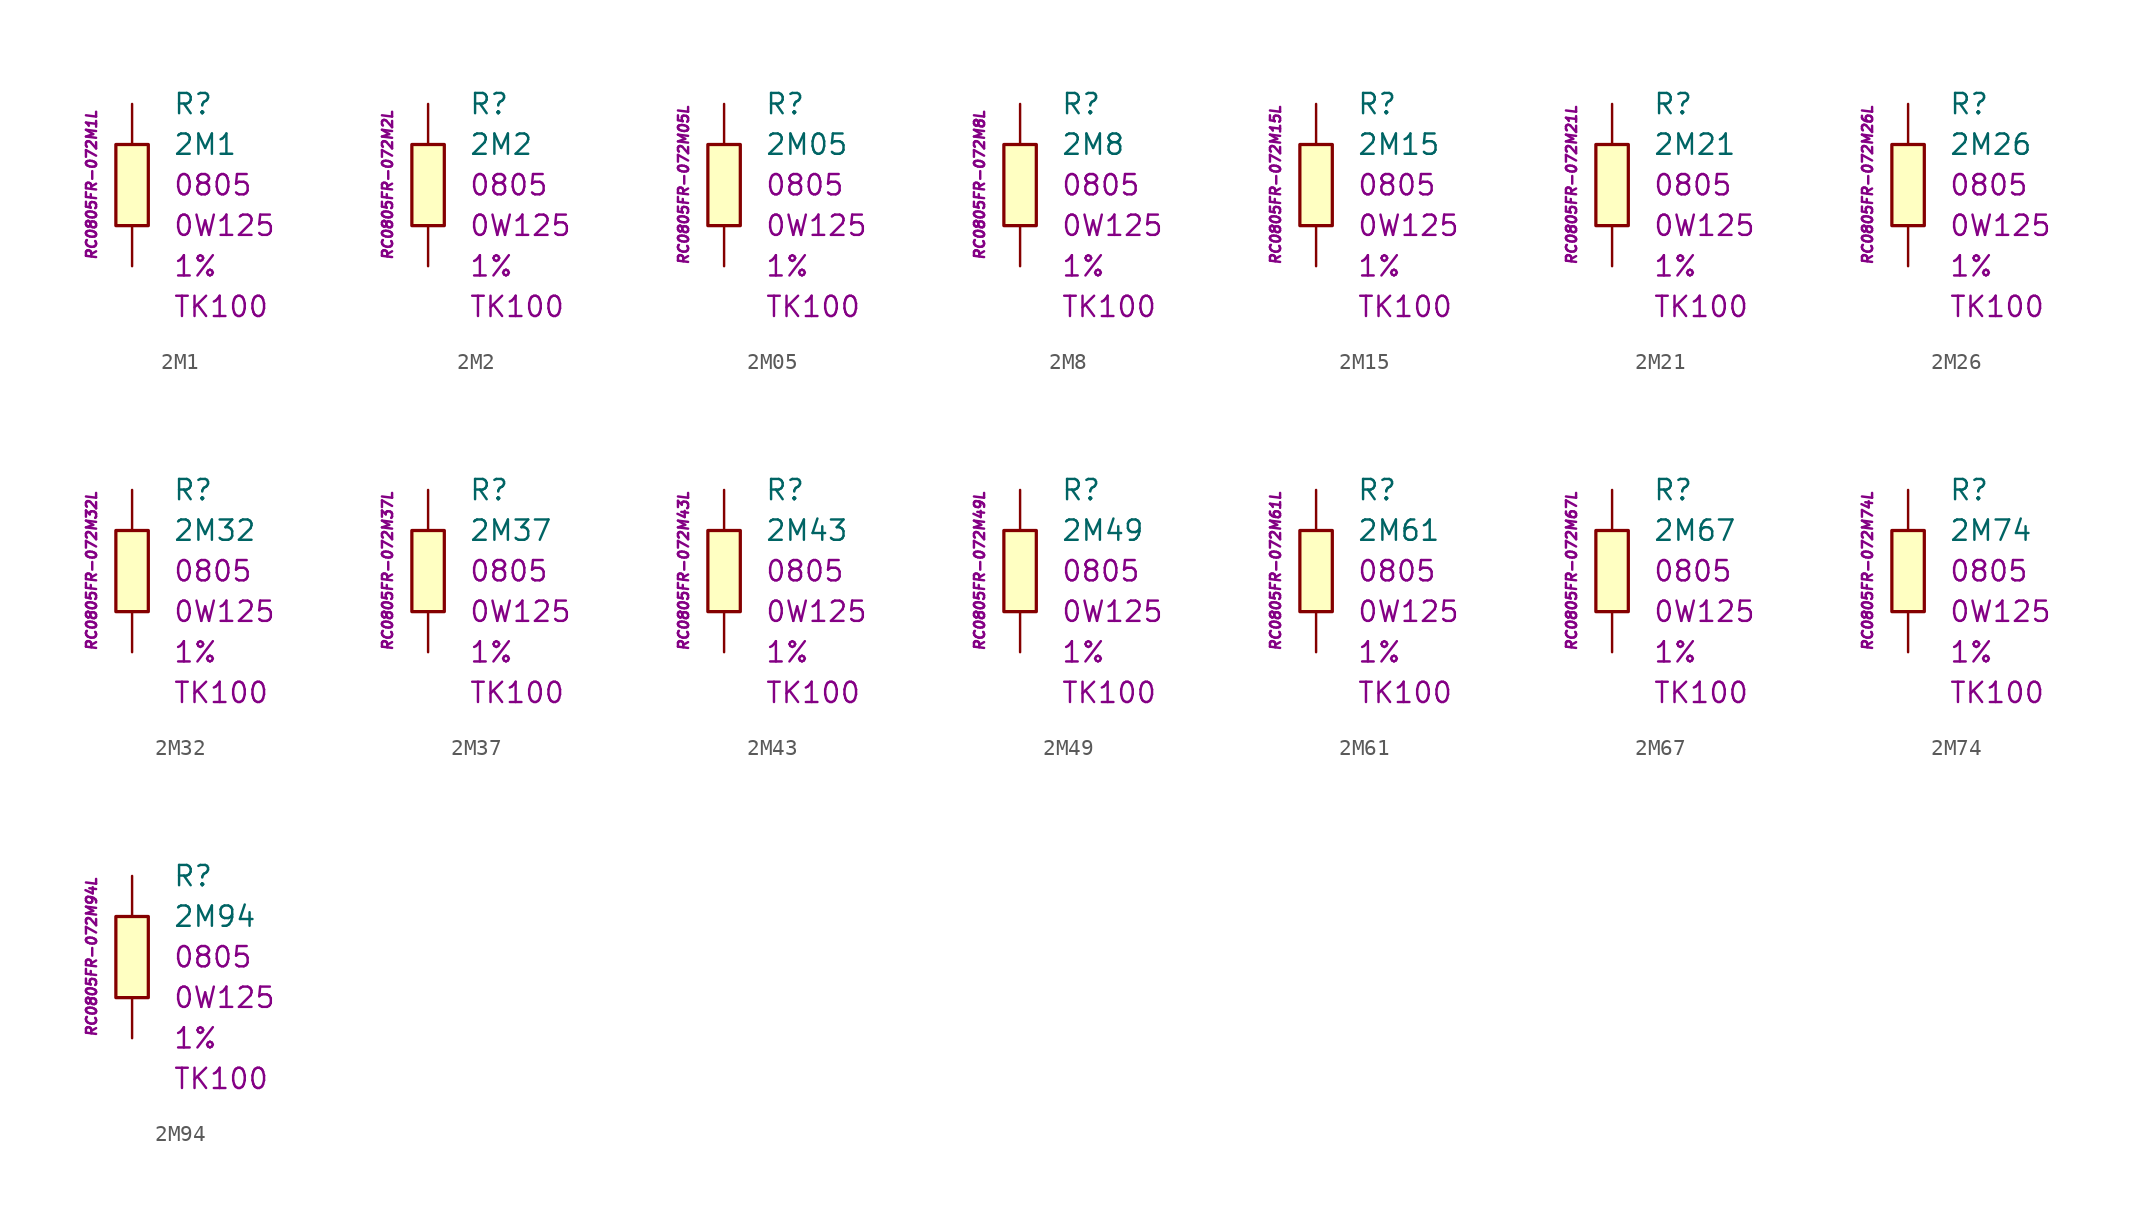
<source format=kicad_sym>
(kicad_symbol_lib
  (version 20201005)
  (generator kicad_symbol_editor)
  (symbol "2M1"
    (pin_numbers hide)
    (pin_names
      (offset 1.016) hide)
    (property "Reference" "R"
      (at 2.54 5.08 0)
      (effects (font (size 1.27 1.27)) (justify left)))
    (property "Value" "2M1"
      (at 2.54 2.54 0)
      (effects (font (size 1.27 1.27)) (justify left)))
    (property "Package" "0805"
      (at 2.54 0 0)
      (effects (font (size 1.27 1.27)) (justify left)))
    (property "Power" "0W125"
      (at 2.54 -2.54 0)
      (effects (font (size 1.27 1.27)) (justify left)))
    (property "Tolerance" "1%"
      (at 2.54 -5.08 0)
      (effects (font (size 1.27 1.27)) (justify left)))
    (property "TK" "TK100"
      (at 2.54 -7.62 0)
      (effects (font (size 1.27 1.27)) (justify left)))
    (property "ID" "RC0805FR-072M1L"
      (at -2.54 0 90)
      (effects (font (size 0.635 0.635) italic)))
    (symbol "2M1_0_1"
      (rectangle (start -1.016 2.54) (end 1.016 -2.54) (stroke (width 0.203)) (fill (type background))))
    (symbol "2M1_1_1"
      (pin passive line (at 0 5.08 270) (length 2.54) (name "~" (effects (font (size 1.778 1.778)))) (number "1" (effects (font (size 1.778 1.778)))))
      (pin passive line (at 0 -5.08 90) (length 2.54) (name "~" (effects (font (size 1.778 1.778)))) (number "2" (effects (font (size 1.778 1.778)))))))
  (symbol "2M2"
    (pin_numbers hide)
    (pin_names
      (offset 1.016) hide)
    (property "Reference" "R"
      (at 2.54 5.08 0)
      (effects (font (size 1.27 1.27)) (justify left)))
    (property "Value" "2M2"
      (at 2.54 2.54 0)
      (effects (font (size 1.27 1.27)) (justify left)))
    (property "Package" "0805"
      (at 2.54 0 0)
      (effects (font (size 1.27 1.27)) (justify left)))
    (property "Power" "0W125"
      (at 2.54 -2.54 0)
      (effects (font (size 1.27 1.27)) (justify left)))
    (property "Tolerance" "1%"
      (at 2.54 -5.08 0)
      (effects (font (size 1.27 1.27)) (justify left)))
    (property "TK" "TK100"
      (at 2.54 -7.62 0)
      (effects (font (size 1.27 1.27)) (justify left)))
    (property "ID" "RC0805FR-072M2L"
      (at -2.54 0 90)
      (effects (font (size 0.635 0.635) italic)))
    (symbol "2M2_0_1"
      (rectangle (start -1.016 2.54) (end 1.016 -2.54) (stroke (width 0.203)) (fill (type background))))
    (symbol "2M2_1_1"
      (pin passive line (at 0 5.08 270) (length 2.54) (name "~" (effects (font (size 1.778 1.778)))) (number "1" (effects (font (size 1.778 1.778)))))
      (pin passive line (at 0 -5.08 90) (length 2.54) (name "~" (effects (font (size 1.778 1.778)))) (number "2" (effects (font (size 1.778 1.778)))))))
  (symbol "2M05"
    (pin_numbers hide)
    (pin_names
      (offset 1.016) hide)
    (property "Reference" "R"
      (at 2.54 5.08 0)
      (effects (font (size 1.27 1.27)) (justify left)))
    (property "Value" "2M05"
      (at 2.54 2.54 0)
      (effects (font (size 1.27 1.27)) (justify left)))
    (property "Package" "0805"
      (at 2.54 0 0)
      (effects (font (size 1.27 1.27)) (justify left)))
    (property "Power" "0W125"
      (at 2.54 -2.54 0)
      (effects (font (size 1.27 1.27)) (justify left)))
    (property "Tolerance" "1%"
      (at 2.54 -5.08 0)
      (effects (font (size 1.27 1.27)) (justify left)))
    (property "TK" "TK100"
      (at 2.54 -7.62 0)
      (effects (font (size 1.27 1.27)) (justify left)))
    (property "ID" "RC0805FR-072M05L"
      (at -2.54 0 90)
      (effects (font (size 0.635 0.635) italic)))
    (symbol "2M05_0_1"
      (rectangle (start -1.016 2.54) (end 1.016 -2.54) (stroke (width 0.203)) (fill (type background))))
    (symbol "2M05_1_1"
      (pin passive line (at 0 5.08 270) (length 2.54) (name "~" (effects (font (size 1.778 1.778)))) (number "1" (effects (font (size 1.778 1.778)))))
      (pin passive line (at 0 -5.08 90) (length 2.54) (name "~" (effects (font (size 1.778 1.778)))) (number "2" (effects (font (size 1.778 1.778)))))))
  (symbol "2M8"
    (pin_numbers hide)
    (pin_names
      (offset 1.016) hide)
    (property "Reference" "R"
      (at 2.54 5.08 0)
      (effects (font (size 1.27 1.27)) (justify left)))
    (property "Value" "2M8"
      (at 2.54 2.54 0)
      (effects (font (size 1.27 1.27)) (justify left)))
    (property "Package" "0805"
      (at 2.54 0 0)
      (effects (font (size 1.27 1.27)) (justify left)))
    (property "Power" "0W125"
      (at 2.54 -2.54 0)
      (effects (font (size 1.27 1.27)) (justify left)))
    (property "Tolerance" "1%"
      (at 2.54 -5.08 0)
      (effects (font (size 1.27 1.27)) (justify left)))
    (property "TK" "TK100"
      (at 2.54 -7.62 0)
      (effects (font (size 1.27 1.27)) (justify left)))
    (property "ID" "RC0805FR-072M8L"
      (at -2.54 0 90)
      (effects (font (size 0.635 0.635) italic)))
    (symbol "2M8_0_1"
      (rectangle (start -1.016 2.54) (end 1.016 -2.54) (stroke (width 0.203)) (fill (type background))))
    (symbol "2M8_1_1"
      (pin passive line (at 0 5.08 270) (length 2.54) (name "~" (effects (font (size 1.778 1.778)))) (number "1" (effects (font (size 1.778 1.778)))))
      (pin passive line (at 0 -5.08 90) (length 2.54) (name "~" (effects (font (size 1.778 1.778)))) (number "2" (effects (font (size 1.778 1.778)))))))
  (symbol "2M15"
    (pin_numbers hide)
    (pin_names
      (offset 1.016) hide)
    (property "Reference" "R"
      (at 2.54 5.08 0)
      (effects (font (size 1.27 1.27)) (justify left)))
    (property "Value" "2M15"
      (at 2.54 2.54 0)
      (effects (font (size 1.27 1.27)) (justify left)))
    (property "Package" "0805"
      (at 2.54 0 0)
      (effects (font (size 1.27 1.27)) (justify left)))
    (property "Power" "0W125"
      (at 2.54 -2.54 0)
      (effects (font (size 1.27 1.27)) (justify left)))
    (property "Tolerance" "1%"
      (at 2.54 -5.08 0)
      (effects (font (size 1.27 1.27)) (justify left)))
    (property "TK" "TK100"
      (at 2.54 -7.62 0)
      (effects (font (size 1.27 1.27)) (justify left)))
    (property "ID" "RC0805FR-072M15L"
      (at -2.54 0 90)
      (effects (font (size 0.635 0.635) italic)))
    (symbol "2M15_0_1"
      (rectangle (start -1.016 2.54) (end 1.016 -2.54) (stroke (width 0.203)) (fill (type background))))
    (symbol "2M15_1_1"
      (pin passive line (at 0 5.08 270) (length 2.54) (name "~" (effects (font (size 1.778 1.778)))) (number "1" (effects (font (size 1.778 1.778)))))
      (pin passive line (at 0 -5.08 90) (length 2.54) (name "~" (effects (font (size 1.778 1.778)))) (number "2" (effects (font (size 1.778 1.778)))))))
  (symbol "2M21"
    (pin_numbers hide)
    (pin_names
      (offset 1.016) hide)
    (property "Reference" "R"
      (at 2.54 5.08 0)
      (effects (font (size 1.27 1.27)) (justify left)))
    (property "Value" "2M21"
      (at 2.54 2.54 0)
      (effects (font (size 1.27 1.27)) (justify left)))
    (property "Package" "0805"
      (at 2.54 0 0)
      (effects (font (size 1.27 1.27)) (justify left)))
    (property "Power" "0W125"
      (at 2.54 -2.54 0)
      (effects (font (size 1.27 1.27)) (justify left)))
    (property "Tolerance" "1%"
      (at 2.54 -5.08 0)
      (effects (font (size 1.27 1.27)) (justify left)))
    (property "TK" "TK100"
      (at 2.54 -7.62 0)
      (effects (font (size 1.27 1.27)) (justify left)))
    (property "ID" "RC0805FR-072M21L"
      (at -2.54 0 90)
      (effects (font (size 0.635 0.635) italic)))
    (symbol "2M21_0_1"
      (rectangle (start -1.016 2.54) (end 1.016 -2.54) (stroke (width 0.203)) (fill (type background))))
    (symbol "2M21_1_1"
      (pin passive line (at 0 5.08 270) (length 2.54) (name "~" (effects (font (size 1.778 1.778)))) (number "1" (effects (font (size 1.778 1.778)))))
      (pin passive line (at 0 -5.08 90) (length 2.54) (name "~" (effects (font (size 1.778 1.778)))) (number "2" (effects (font (size 1.778 1.778)))))))
  (symbol "2M26"
    (pin_numbers hide)
    (pin_names
      (offset 1.016) hide)
    (property "Reference" "R"
      (at 2.54 5.08 0)
      (effects (font (size 1.27 1.27)) (justify left)))
    (property "Value" "2M26"
      (at 2.54 2.54 0)
      (effects (font (size 1.27 1.27)) (justify left)))
    (property "Package" "0805"
      (at 2.54 0 0)
      (effects (font (size 1.27 1.27)) (justify left)))
    (property "Power" "0W125"
      (at 2.54 -2.54 0)
      (effects (font (size 1.27 1.27)) (justify left)))
    (property "Tolerance" "1%"
      (at 2.54 -5.08 0)
      (effects (font (size 1.27 1.27)) (justify left)))
    (property "TK" "TK100"
      (at 2.54 -7.62 0)
      (effects (font (size 1.27 1.27)) (justify left)))
    (property "ID" "RC0805FR-072M26L"
      (at -2.54 0 90)
      (effects (font (size 0.635 0.635) italic)))
    (symbol "2M26_0_1"
      (rectangle (start -1.016 2.54) (end 1.016 -2.54) (stroke (width 0.203)) (fill (type background))))
    (symbol "2M26_1_1"
      (pin passive line (at 0 5.08 270) (length 2.54) (name "~" (effects (font (size 1.778 1.778)))) (number "1" (effects (font (size 1.778 1.778)))))
      (pin passive line (at 0 -5.08 90) (length 2.54) (name "~" (effects (font (size 1.778 1.778)))) (number "2" (effects (font (size 1.778 1.778)))))))
  (symbol "2M32"
    (pin_numbers hide)
    (pin_names
      (offset 1.016) hide)
    (property "Reference" "R"
      (at 2.54 5.08 0)
      (effects (font (size 1.27 1.27)) (justify left)))
    (property "Value" "2M32"
      (at 2.54 2.54 0)
      (effects (font (size 1.27 1.27)) (justify left)))
    (property "Package" "0805"
      (at 2.54 0 0)
      (effects (font (size 1.27 1.27)) (justify left)))
    (property "Power" "0W125"
      (at 2.54 -2.54 0)
      (effects (font (size 1.27 1.27)) (justify left)))
    (property "Tolerance" "1%"
      (at 2.54 -5.08 0)
      (effects (font (size 1.27 1.27)) (justify left)))
    (property "TK" "TK100"
      (at 2.54 -7.62 0)
      (effects (font (size 1.27 1.27)) (justify left)))
    (property "ID" "RC0805FR-072M32L"
      (at -2.54 0 90)
      (effects (font (size 0.635 0.635) italic)))
    (symbol "2M32_0_1"
      (rectangle (start -1.016 2.54) (end 1.016 -2.54) (stroke (width 0.203)) (fill (type background))))
    (symbol "2M32_1_1"
      (pin passive line (at 0 5.08 270) (length 2.54) (name "~" (effects (font (size 1.778 1.778)))) (number "1" (effects (font (size 1.778 1.778)))))
      (pin passive line (at 0 -5.08 90) (length 2.54) (name "~" (effects (font (size 1.778 1.778)))) (number "2" (effects (font (size 1.778 1.778)))))))
  (symbol "2M37"
    (pin_numbers hide)
    (pin_names
      (offset 1.016) hide)
    (property "Reference" "R"
      (at 2.54 5.08 0)
      (effects (font (size 1.27 1.27)) (justify left)))
    (property "Value" "2M37"
      (at 2.54 2.54 0)
      (effects (font (size 1.27 1.27)) (justify left)))
    (property "Package" "0805"
      (at 2.54 0 0)
      (effects (font (size 1.27 1.27)) (justify left)))
    (property "Power" "0W125"
      (at 2.54 -2.54 0)
      (effects (font (size 1.27 1.27)) (justify left)))
    (property "Tolerance" "1%"
      (at 2.54 -5.08 0)
      (effects (font (size 1.27 1.27)) (justify left)))
    (property "TK" "TK100"
      (at 2.54 -7.62 0)
      (effects (font (size 1.27 1.27)) (justify left)))
    (property "ID" "RC0805FR-072M37L"
      (at -2.54 0 90)
      (effects (font (size 0.635 0.635) italic)))
    (symbol "2M37_0_1"
      (rectangle (start -1.016 2.54) (end 1.016 -2.54) (stroke (width 0.203)) (fill (type background))))
    (symbol "2M37_1_1"
      (pin passive line (at 0 5.08 270) (length 2.54) (name "~" (effects (font (size 1.778 1.778)))) (number "1" (effects (font (size 1.778 1.778)))))
      (pin passive line (at 0 -5.08 90) (length 2.54) (name "~" (effects (font (size 1.778 1.778)))) (number "2" (effects (font (size 1.778 1.778)))))))
  (symbol "2M43"
    (pin_numbers hide)
    (pin_names
      (offset 1.016) hide)
    (property "Reference" "R"
      (at 2.54 5.08 0)
      (effects (font (size 1.27 1.27)) (justify left)))
    (property "Value" "2M43"
      (at 2.54 2.54 0)
      (effects (font (size 1.27 1.27)) (justify left)))
    (property "Package" "0805"
      (at 2.54 0 0)
      (effects (font (size 1.27 1.27)) (justify left)))
    (property "Power" "0W125"
      (at 2.54 -2.54 0)
      (effects (font (size 1.27 1.27)) (justify left)))
    (property "Tolerance" "1%"
      (at 2.54 -5.08 0)
      (effects (font (size 1.27 1.27)) (justify left)))
    (property "TK" "TK100"
      (at 2.54 -7.62 0)
      (effects (font (size 1.27 1.27)) (justify left)))
    (property "ID" "RC0805FR-072M43L"
      (at -2.54 0 90)
      (effects (font (size 0.635 0.635) italic)))
    (symbol "2M43_0_1"
      (rectangle (start -1.016 2.54) (end 1.016 -2.54) (stroke (width 0.203)) (fill (type background))))
    (symbol "2M43_1_1"
      (pin passive line (at 0 5.08 270) (length 2.54) (name "~" (effects (font (size 1.778 1.778)))) (number "1" (effects (font (size 1.778 1.778)))))
      (pin passive line (at 0 -5.08 90) (length 2.54) (name "~" (effects (font (size 1.778 1.778)))) (number "2" (effects (font (size 1.778 1.778)))))))
  (symbol "2M49"
    (pin_numbers hide)
    (pin_names
      (offset 1.016) hide)
    (property "Reference" "R"
      (at 2.54 5.08 0)
      (effects (font (size 1.27 1.27)) (justify left)))
    (property "Value" "2M49"
      (at 2.54 2.54 0)
      (effects (font (size 1.27 1.27)) (justify left)))
    (property "Package" "0805"
      (at 2.54 0 0)
      (effects (font (size 1.27 1.27)) (justify left)))
    (property "Power" "0W125"
      (at 2.54 -2.54 0)
      (effects (font (size 1.27 1.27)) (justify left)))
    (property "Tolerance" "1%"
      (at 2.54 -5.08 0)
      (effects (font (size 1.27 1.27)) (justify left)))
    (property "TK" "TK100"
      (at 2.54 -7.62 0)
      (effects (font (size 1.27 1.27)) (justify left)))
    (property "ID" "RC0805FR-072M49L"
      (at -2.54 0 90)
      (effects (font (size 0.635 0.635) italic)))
    (symbol "2M49_0_1"
      (rectangle (start -1.016 2.54) (end 1.016 -2.54) (stroke (width 0.203)) (fill (type background))))
    (symbol "2M49_1_1"
      (pin passive line (at 0 5.08 270) (length 2.54) (name "~" (effects (font (size 1.778 1.778)))) (number "1" (effects (font (size 1.778 1.778)))))
      (pin passive line (at 0 -5.08 90) (length 2.54) (name "~" (effects (font (size 1.778 1.778)))) (number "2" (effects (font (size 1.778 1.778)))))))
  (symbol "2M61"
    (pin_numbers hide)
    (pin_names
      (offset 1.016) hide)
    (property "Reference" "R"
      (at 2.54 5.08 0)
      (effects (font (size 1.27 1.27)) (justify left)))
    (property "Value" "2M61"
      (at 2.54 2.54 0)
      (effects (font (size 1.27 1.27)) (justify left)))
    (property "Package" "0805"
      (at 2.54 0 0)
      (effects (font (size 1.27 1.27)) (justify left)))
    (property "Power" "0W125"
      (at 2.54 -2.54 0)
      (effects (font (size 1.27 1.27)) (justify left)))
    (property "Tolerance" "1%"
      (at 2.54 -5.08 0)
      (effects (font (size 1.27 1.27)) (justify left)))
    (property "TK" "TK100"
      (at 2.54 -7.62 0)
      (effects (font (size 1.27 1.27)) (justify left)))
    (property "ID" "RC0805FR-072M61L"
      (at -2.54 0 90)
      (effects (font (size 0.635 0.635) italic)))
    (symbol "2M61_0_1"
      (rectangle (start -1.016 2.54) (end 1.016 -2.54) (stroke (width 0.203)) (fill (type background))))
    (symbol "2M61_1_1"
      (pin passive line (at 0 5.08 270) (length 2.54) (name "~" (effects (font (size 1.778 1.778)))) (number "1" (effects (font (size 1.778 1.778)))))
      (pin passive line (at 0 -5.08 90) (length 2.54) (name "~" (effects (font (size 1.778 1.778)))) (number "2" (effects (font (size 1.778 1.778)))))))
  (symbol "2M67"
    (pin_numbers hide)
    (pin_names
      (offset 1.016) hide)
    (property "Reference" "R"
      (at 2.54 5.08 0)
      (effects (font (size 1.27 1.27)) (justify left)))
    (property "Value" "2M67"
      (at 2.54 2.54 0)
      (effects (font (size 1.27 1.27)) (justify left)))
    (property "Package" "0805"
      (at 2.54 0 0)
      (effects (font (size 1.27 1.27)) (justify left)))
    (property "Power" "0W125"
      (at 2.54 -2.54 0)
      (effects (font (size 1.27 1.27)) (justify left)))
    (property "Tolerance" "1%"
      (at 2.54 -5.08 0)
      (effects (font (size 1.27 1.27)) (justify left)))
    (property "TK" "TK100"
      (at 2.54 -7.62 0)
      (effects (font (size 1.27 1.27)) (justify left)))
    (property "ID" "RC0805FR-072M67L"
      (at -2.54 0 90)
      (effects (font (size 0.635 0.635) italic)))
    (symbol "2M67_0_1"
      (rectangle (start -1.016 2.54) (end 1.016 -2.54) (stroke (width 0.203)) (fill (type background))))
    (symbol "2M67_1_1"
      (pin passive line (at 0 5.08 270) (length 2.54) (name "~" (effects (font (size 1.778 1.778)))) (number "1" (effects (font (size 1.778 1.778)))))
      (pin passive line (at 0 -5.08 90) (length 2.54) (name "~" (effects (font (size 1.778 1.778)))) (number "2" (effects (font (size 1.778 1.778)))))))
  (symbol "2M74"
    (pin_numbers hide)
    (pin_names
      (offset 1.016) hide)
    (property "Reference" "R"
      (at 2.54 5.08 0)
      (effects (font (size 1.27 1.27)) (justify left)))
    (property "Value" "2M74"
      (at 2.54 2.54 0)
      (effects (font (size 1.27 1.27)) (justify left)))
    (property "Package" "0805"
      (at 2.54 0 0)
      (effects (font (size 1.27 1.27)) (justify left)))
    (property "Power" "0W125"
      (at 2.54 -2.54 0)
      (effects (font (size 1.27 1.27)) (justify left)))
    (property "Tolerance" "1%"
      (at 2.54 -5.08 0)
      (effects (font (size 1.27 1.27)) (justify left)))
    (property "TK" "TK100"
      (at 2.54 -7.62 0)
      (effects (font (size 1.27 1.27)) (justify left)))
    (property "ID" "RC0805FR-072M74L"
      (at -2.54 0 90)
      (effects (font (size 0.635 0.635) italic)))
    (symbol "2M74_0_1"
      (rectangle (start -1.016 2.54) (end 1.016 -2.54) (stroke (width 0.203)) (fill (type background))))
    (symbol "2M74_1_1"
      (pin passive line (at 0 5.08 270) (length 2.54) (name "~" (effects (font (size 1.778 1.778)))) (number "1" (effects (font (size 1.778 1.778)))))
      (pin passive line (at 0 -5.08 90) (length 2.54) (name "~" (effects (font (size 1.778 1.778)))) (number "2" (effects (font (size 1.778 1.778)))))))
  (symbol "2M94"
    (pin_numbers hide)
    (pin_names
      (offset 1.016) hide)
    (property "Reference" "R"
      (at 2.54 5.08 0)
      (effects (font (size 1.27 1.27)) (justify left)))
    (property "Value" "2M94"
      (at 2.54 2.54 0)
      (effects (font (size 1.27 1.27)) (justify left)))
    (property "Package" "0805"
      (at 2.54 0 0)
      (effects (font (size 1.27 1.27)) (justify left)))
    (property "Power" "0W125"
      (at 2.54 -2.54 0)
      (effects (font (size 1.27 1.27)) (justify left)))
    (property "Tolerance" "1%"
      (at 2.54 -5.08 0)
      (effects (font (size 1.27 1.27)) (justify left)))
    (property "TK" "TK100"
      (at 2.54 -7.62 0)
      (effects (font (size 1.27 1.27)) (justify left)))
    (property "ID" "RC0805FR-072M94L"
      (at -2.54 0 90)
      (effects (font (size 0.635 0.635) italic)))
    (symbol "2M94_0_1"
      (rectangle (start -1.016 2.54) (end 1.016 -2.54) (stroke (width 0.203)) (fill (type background))))
    (symbol "2M94_1_1"
      (pin passive line (at 0 5.08 270) (length 2.54) (name "~" (effects (font (size 1.778 1.778)))) (number "1" (effects (font (size 1.778 1.778)))))
      (pin passive line (at 0 -5.08 90) (length 2.54) (name "~" (effects (font (size 1.778 1.778)))) (number "2" (effects (font (size 1.778 1.778))))))))
</source>
